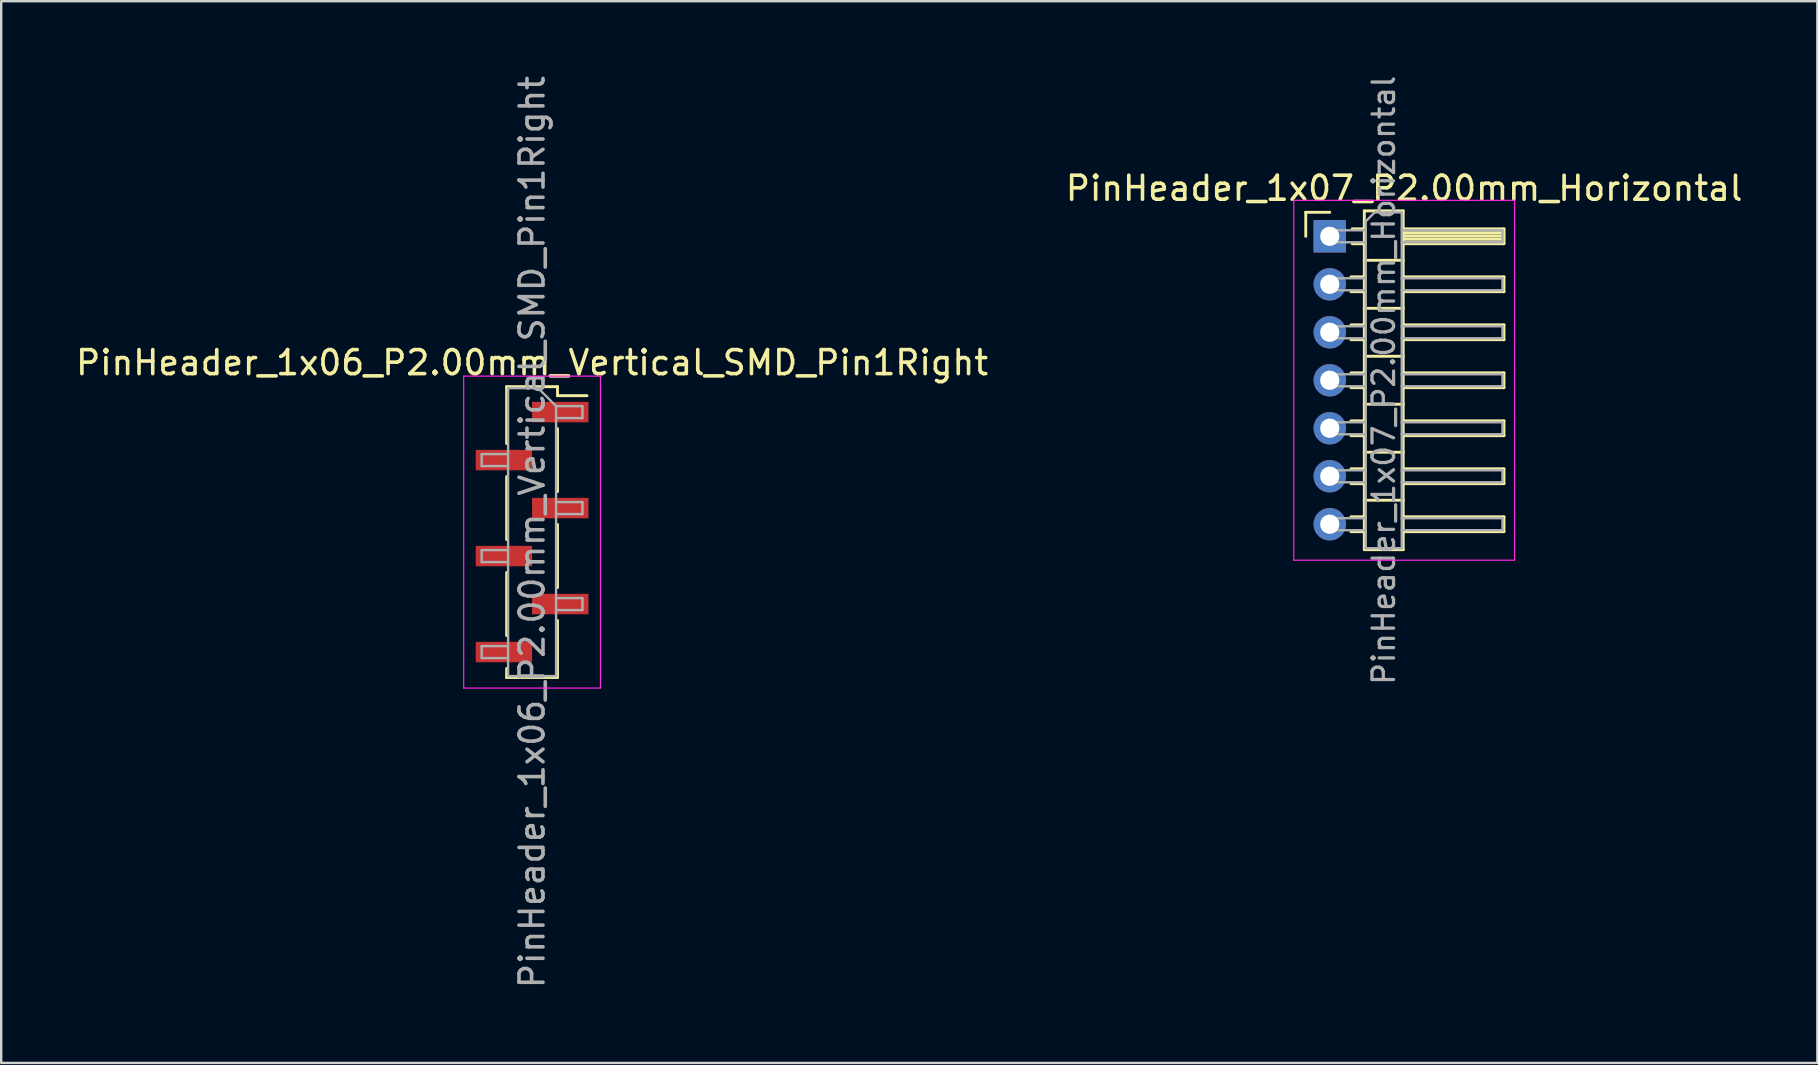
<source format=kicad_pcb>
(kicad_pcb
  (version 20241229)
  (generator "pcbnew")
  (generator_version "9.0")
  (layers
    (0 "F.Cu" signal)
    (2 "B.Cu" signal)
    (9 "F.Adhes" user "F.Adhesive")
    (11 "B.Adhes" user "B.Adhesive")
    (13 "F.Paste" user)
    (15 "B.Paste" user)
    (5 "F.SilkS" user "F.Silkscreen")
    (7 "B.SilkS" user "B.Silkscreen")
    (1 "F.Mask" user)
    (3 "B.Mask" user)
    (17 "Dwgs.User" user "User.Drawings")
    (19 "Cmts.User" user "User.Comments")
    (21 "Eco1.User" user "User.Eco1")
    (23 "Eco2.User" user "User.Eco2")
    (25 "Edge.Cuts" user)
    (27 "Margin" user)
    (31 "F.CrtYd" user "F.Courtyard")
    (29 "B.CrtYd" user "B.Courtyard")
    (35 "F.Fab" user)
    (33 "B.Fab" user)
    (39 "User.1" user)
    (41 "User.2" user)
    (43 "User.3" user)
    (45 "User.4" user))
  (footprint "PinHeader_1x07_P2.00mm_Horizontal"
    (layer "F.Cu")
    (at 52.37 6.798)
    (property "Reference" "PinHeader_1x07_P2.00mm_Horizontal" (at 3.1 -2 0) (layer "F.SilkS") (effects (font (size 1 1) (thickness 0.15))))
    (attr through_hole)
    (fp_line (start -1 -1) (end 0 -1) (stroke (width 0.12) (type solid)) (layer "F.SilkS"))
    (fp_line (start -1 0) (end -1 -1) (stroke (width 0.12) (type solid)) (layer "F.SilkS"))
    (fp_line (start 0.882 1.69) (end 1.44 1.69) (stroke (width 0.12) (type solid)) (layer "F.SilkS"))
    (fp_line (start 0.882 2.31) (end 1.44 2.31) (stroke (width 0.12) (type solid)) (layer "F.SilkS"))
    (fp_line (start 0.882 3.69) (end 1.44 3.69) (stroke (width 0.12) (type solid)) (layer "F.SilkS"))
    (fp_line (start 0.882 4.31) (end 1.44 4.31) (stroke (width 0.12) (type solid)) (layer "F.SilkS"))
    (fp_line (start 0.882 5.69) (end 1.44 5.69) (stroke (width 0.12) (type solid)) (layer "F.SilkS"))
    (fp_line (start 0.882 6.31) (end 1.44 6.31) (stroke (width 0.12) (type solid)) (layer "F.SilkS"))
    (fp_line (start 0.882 7.69) (end 1.44 7.69) (stroke (width 0.12) (type solid)) (layer "F.SilkS"))
    (fp_line (start 0.882 8.31) (end 1.44 8.31) (stroke (width 0.12) (type solid)) (layer "F.SilkS"))
    (fp_line (start 0.882 9.69) (end 1.44 9.69) (stroke (width 0.12) (type solid)) (layer "F.SilkS"))
    (fp_line (start 0.882 10.31) (end 1.44 10.31) (stroke (width 0.12) (type solid)) (layer "F.SilkS"))
    (fp_line (start 0.882 11.69) (end 1.44 11.69) (stroke (width 0.12) (type solid)) (layer "F.SilkS"))
    (fp_line (start 0.882 12.31) (end 1.44 12.31) (stroke (width 0.12) (type solid)) (layer "F.SilkS"))
    (fp_line (start 0.935 -0.31) (end 1.44 -0.31) (stroke (width 0.12) (type solid)) (layer "F.SilkS"))
    (fp_line (start 0.935 0.31) (end 1.44 0.31) (stroke (width 0.12) (type solid)) (layer "F.SilkS"))
    (fp_line (start 1.44 -1.06) (end 1.44 13.06) (stroke (width 0.12) (type solid)) (layer "F.SilkS"))
    (fp_line (start 1.44 1) (end 3.06 1) (stroke (width 0.12) (type solid)) (layer "F.SilkS"))
    (fp_line (start 1.44 3) (end 3.06 3) (stroke (width 0.12) (type solid)) (layer "F.SilkS"))
    (fp_line (start 1.44 5) (end 3.06 5) (stroke (width 0.12) (type solid)) (layer "F.SilkS"))
    (fp_line (start 1.44 7) (end 3.06 7) (stroke (width 0.12) (type solid)) (layer "F.SilkS"))
    (fp_line (start 1.44 9) (end 3.06 9) (stroke (width 0.12) (type solid)) (layer "F.SilkS"))
    (fp_line (start 1.44 11) (end 3.06 11) (stroke (width 0.12) (type solid)) (layer "F.SilkS"))
    (fp_line (start 1.44 13.06) (end 3.06 13.06) (stroke (width 0.12) (type solid)) (layer "F.SilkS"))
    (fp_line (start 3.06 -1.06) (end 1.44 -1.06) (stroke (width 0.12) (type solid)) (layer "F.SilkS"))
    (fp_line (start 3.06 -0.31) (end 7.26 -0.31) (stroke (width 0.12) (type solid)) (layer "F.SilkS"))
    (fp_line (start 3.06 -0.25) (end 7.26 -0.25) (stroke (width 0.12) (type solid)) (layer "F.SilkS"))
    (fp_line (start 3.06 -0.13) (end 7.26 -0.13) (stroke (width 0.12) (type solid)) (layer "F.SilkS"))
    (fp_line (start 3.06 -0.01) (end 7.26 -0.01) (stroke (width 0.12) (type solid)) (layer "F.SilkS"))
    (fp_line (start 3.06 0.11) (end 7.26 0.11) (stroke (width 0.12) (type solid)) (layer "F.SilkS"))
    (fp_line (start 3.06 0.23) (end 7.26 0.23) (stroke (width 0.12) (type solid)) (layer "F.SilkS"))
    (fp_line (start 3.06 1.69) (end 7.26 1.69) (stroke (width 0.12) (type solid)) (layer "F.SilkS"))
    (fp_line (start 3.06 3.69) (end 7.26 3.69) (stroke (width 0.12) (type solid)) (layer "F.SilkS"))
    (fp_line (start 3.06 5.69) (end 7.26 5.69) (stroke (width 0.12) (type solid)) (layer "F.SilkS"))
    (fp_line (start 3.06 7.69) (end 7.26 7.69) (stroke (width 0.12) (type solid)) (layer "F.SilkS"))
    (fp_line (start 3.06 9.69) (end 7.26 9.69) (stroke (width 0.12) (type solid)) (layer "F.SilkS"))
    (fp_line (start 3.06 11.69) (end 7.26 11.69) (stroke (width 0.12) (type solid)) (layer "F.SilkS"))
    (fp_line (start 3.06 13.06) (end 3.06 -1.06) (stroke (width 0.12) (type solid)) (layer "F.SilkS"))
    (fp_line (start 7.26 -0.31) (end 7.26 0.31) (stroke (width 0.12) (type solid)) (layer "F.SilkS"))
    (fp_line (start 7.26 0.31) (end 3.06 0.31) (stroke (width 0.12) (type solid)) (layer "F.SilkS"))
    (fp_line (start 7.26 1.69) (end 7.26 2.31) (stroke (width 0.12) (type solid)) (layer "F.SilkS"))
    (fp_line (start 7.26 2.31) (end 3.06 2.31) (stroke (width 0.12) (type solid)) (layer "F.SilkS"))
    (fp_line (start 7.26 3.69) (end 7.26 4.31) (stroke (width 0.12) (type solid)) (layer "F.SilkS"))
    (fp_line (start 7.26 4.31) (end 3.06 4.31) (stroke (width 0.12) (type solid)) (layer "F.SilkS"))
    (fp_line (start 7.26 5.69) (end 7.26 6.31) (stroke (width 0.12) (type solid)) (layer "F.SilkS"))
    (fp_line (start 7.26 6.31) (end 3.06 6.31) (stroke (width 0.12) (type solid)) (layer "F.SilkS"))
    (fp_line (start 7.26 7.69) (end 7.26 8.31) (stroke (width 0.12) (type solid)) (layer "F.SilkS"))
    (fp_line (start 7.26 8.31) (end 3.06 8.31) (stroke (width 0.12) (type solid)) (layer "F.SilkS"))
    (fp_line (start 7.26 9.69) (end 7.26 10.31) (stroke (width 0.12) (type solid)) (layer "F.SilkS"))
    (fp_line (start 7.26 10.31) (end 3.06 10.31) (stroke (width 0.12) (type solid)) (layer "F.SilkS"))
    (fp_line (start 7.26 11.69) (end 7.26 12.31) (stroke (width 0.12) (type solid)) (layer "F.SilkS"))
    (fp_line (start 7.26 12.31) (end 3.06 12.31) (stroke (width 0.12) (type solid)) (layer "F.SilkS"))
    (fp_line (start -1.5 -1.5) (end -1.5 13.5) (stroke (width 0.05) (type solid)) (layer "F.CrtYd"))
    (fp_line (start -1.5 13.5) (end 7.7 13.5) (stroke (width 0.05) (type solid)) (layer "F.CrtYd"))
    (fp_line (start 7.7 -1.5) (end -1.5 -1.5) (stroke (width 0.05) (type solid)) (layer "F.CrtYd"))
    (fp_line (start 7.7 13.5) (end 7.7 -1.5) (stroke (width 0.05) (type solid)) (layer "F.CrtYd"))
    (fp_line (start -0.25 -0.25) (end -0.25 0.25) (stroke (width 0.1) (type solid)) (layer "F.Fab"))
    (fp_line (start -0.25 -0.25) (end 1.5 -0.25) (stroke (width 0.1) (type solid)) (layer "F.Fab"))
    (fp_line (start -0.25 0.25) (end 1.5 0.25) (stroke (width 0.1) (type solid)) (layer "F.Fab"))
    (fp_line (start -0.25 1.75) (end -0.25 2.25) (stroke (width 0.1) (type solid)) (layer "F.Fab"))
    (fp_line (start -0.25 1.75) (end 1.5 1.75) (stroke (width 0.1) (type solid)) (layer "F.Fab"))
    (fp_line (start -0.25 2.25) (end 1.5 2.25) (stroke (width 0.1) (type solid)) (layer "F.Fab"))
    (fp_line (start -0.25 3.75) (end -0.25 4.25) (stroke (width 0.1) (type solid)) (layer "F.Fab"))
    (fp_line (start -0.25 3.75) (end 1.5 3.75) (stroke (width 0.1) (type solid)) (layer "F.Fab"))
    (fp_line (start -0.25 4.25) (end 1.5 4.25) (stroke (width 0.1) (type solid)) (layer "F.Fab"))
    (fp_line (start -0.25 5.75) (end -0.25 6.25) (stroke (width 0.1) (type solid)) (layer "F.Fab"))
    (fp_line (start -0.25 5.75) (end 1.5 5.75) (stroke (width 0.1) (type solid)) (layer "F.Fab"))
    (fp_line (start -0.25 6.25) (end 1.5 6.25) (stroke (width 0.1) (type solid)) (layer "F.Fab"))
    (fp_line (start -0.25 7.75) (end -0.25 8.25) (stroke (width 0.1) (type solid)) (layer "F.Fab"))
    (fp_line (start -0.25 7.75) (end 1.5 7.75) (stroke (width 0.1) (type solid)) (layer "F.Fab"))
    (fp_line (start -0.25 8.25) (end 1.5 8.25) (stroke (width 0.1) (type solid)) (layer "F.Fab"))
    (fp_line (start -0.25 9.75) (end -0.25 10.25) (stroke (width 0.1) (type solid)) (layer "F.Fab"))
    (fp_line (start -0.25 9.75) (end 1.5 9.75) (stroke (width 0.1) (type solid)) (layer "F.Fab"))
    (fp_line (start -0.25 10.25) (end 1.5 10.25) (stroke (width 0.1) (type solid)) (layer "F.Fab"))
    (fp_line (start -0.25 11.75) (end -0.25 12.25) (stroke (width 0.1) (type solid)) (layer "F.Fab"))
    (fp_line (start -0.25 11.75) (end 1.5 11.75) (stroke (width 0.1) (type solid)) (layer "F.Fab"))
    (fp_line (start -0.25 12.25) (end 1.5 12.25) (stroke (width 0.1) (type solid)) (layer "F.Fab"))
    (fp_line (start 1.5 -0.625) (end 1.875 -1) (stroke (width 0.1) (type solid)) (layer "F.Fab"))
    (fp_line (start 1.5 13) (end 1.5 -0.625) (stroke (width 0.1) (type solid)) (layer "F.Fab"))
    (fp_line (start 1.875 -1) (end 3 -1) (stroke (width 0.1) (type solid)) (layer "F.Fab"))
    (fp_line (start 3 -1) (end 3 13) (stroke (width 0.1) (type solid)) (layer "F.Fab"))
    (fp_line (start 3 -0.25) (end 7.2 -0.25) (stroke (width 0.1) (type solid)) (layer "F.Fab"))
    (fp_line (start 3 0.25) (end 7.2 0.25) (stroke (width 0.1) (type solid)) (layer "F.Fab"))
    (fp_line (start 3 1.75) (end 7.2 1.75) (stroke (width 0.1) (type solid)) (layer "F.Fab"))
    (fp_line (start 3 2.25) (end 7.2 2.25) (stroke (width 0.1) (type solid)) (layer "F.Fab"))
    (fp_line (start 3 3.75) (end 7.2 3.75) (stroke (width 0.1) (type solid)) (layer "F.Fab"))
    (fp_line (start 3 4.25) (end 7.2 4.25) (stroke (width 0.1) (type solid)) (layer "F.Fab"))
    (fp_line (start 3 5.75) (end 7.2 5.75) (stroke (width 0.1) (type solid)) (layer "F.Fab"))
    (fp_line (start 3 6.25) (end 7.2 6.25) (stroke (width 0.1) (type solid)) (layer "F.Fab"))
    (fp_line (start 3 7.75) (end 7.2 7.75) (stroke (width 0.1) (type solid)) (layer "F.Fab"))
    (fp_line (start 3 8.25) (end 7.2 8.25) (stroke (width 0.1) (type solid)) (layer "F.Fab"))
    (fp_line (start 3 9.75) (end 7.2 9.75) (stroke (width 0.1) (type solid)) (layer "F.Fab"))
    (fp_line (start 3 10.25) (end 7.2 10.25) (stroke (width 0.1) (type solid)) (layer "F.Fab"))
    (fp_line (start 3 11.75) (end 7.2 11.75) (stroke (width 0.1) (type solid)) (layer "F.Fab"))
    (fp_line (start 3 12.25) (end 7.2 12.25) (stroke (width 0.1) (type solid)) (layer "F.Fab"))
    (fp_line (start 3 13) (end 1.5 13) (stroke (width 0.1) (type solid)) (layer "F.Fab"))
    (fp_line (start 7.2 -0.25) (end 7.2 0.25) (stroke (width 0.1) (type solid)) (layer "F.Fab"))
    (fp_line (start 7.2 1.75) (end 7.2 2.25) (stroke (width 0.1) (type solid)) (layer "F.Fab"))
    (fp_line (start 7.2 3.75) (end 7.2 4.25) (stroke (width 0.1) (type solid)) (layer "F.Fab"))
    (fp_line (start 7.2 5.75) (end 7.2 6.25) (stroke (width 0.1) (type solid)) (layer "F.Fab"))
    (fp_line (start 7.2 7.75) (end 7.2 8.25) (stroke (width 0.1) (type solid)) (layer "F.Fab"))
    (fp_line (start 7.2 9.75) (end 7.2 10.25) (stroke (width 0.1) (type solid)) (layer "F.Fab"))
    (fp_line (start 7.2 11.75) (end 7.2 12.25) (stroke (width 0.1) (type solid)) (layer "F.Fab"))
    (fp_text user "${REFERENCE}" (at 2.25 6 90) (layer "F.Fab") (effects (font (size 0.9 0.9) (thickness 0.135))))
    (pad "1" thru_hole rect (at 0 0) (size 1.35 1.35) (drill 0.8) (layers "*.Cu" "*.Mask"))
    (pad "2" thru_hole oval (at 0 2) (size 1.35 1.35) (drill 0.8) (layers "*.Cu" "*.Mask"))
    (pad "3" thru_hole oval (at 0 4) (size 1.35 1.35) (drill 0.8) (layers "*.Cu" "*.Mask"))
    (pad "4" thru_hole oval (at 0 6) (size 1.35 1.35) (drill 0.8) (layers "*.Cu" "*.Mask"))
    (pad "5" thru_hole oval (at 0 8) (size 1.35 1.35) (drill 0.8) (layers "*.Cu" "*.Mask"))
    (pad "6" thru_hole oval (at 0 10) (size 1.35 1.35) (drill 0.8) (layers "*.Cu" "*.Mask"))
    (pad "7" thru_hole oval (at 0 12) (size 1.35 1.35) (drill 0.8) (layers "*.Cu" "*.Mask")))
  (footprint "PinHeader_1x06_P2.00mm_Vertical_SMD_Pin1Right"
    (layer "F.Cu")
    (at 19.125 19.125)
    (property "Reference" "PinHeader_1x06_P2.00mm_Vertical_SMD_Pin1Right" (at 0 -7.06 0) (layer "F.SilkS") (effects (font (size 1 1) (thickness 0.15))))
    (attr smd)
    (fp_line (start -1.06 -6.06) (end -1.06 -3.685) (stroke (width 0.12) (type solid)) (layer "F.SilkS"))
    (fp_line (start -1.06 -6.06) (end 1.06 -6.06) (stroke (width 0.12) (type solid)) (layer "F.SilkS"))
    (fp_line (start -1.06 -2.315) (end -1.06 0.315) (stroke (width 0.12) (type solid)) (layer "F.SilkS"))
    (fp_line (start -1.06 1.685) (end -1.06 4.315) (stroke (width 0.12) (type solid)) (layer "F.SilkS"))
    (fp_line (start -1.06 5.685) (end -1.06 6.06) (stroke (width 0.12) (type solid)) (layer "F.SilkS"))
    (fp_line (start -1.06 6.06) (end 1.06 6.06) (stroke (width 0.12) (type solid)) (layer "F.SilkS"))
    (fp_line (start 1.06 -6.06) (end 1.06 -5.685) (stroke (width 0.12) (type solid)) (layer "F.SilkS"))
    (fp_line (start 1.06 -5.685) (end 2.29 -5.685) (stroke (width 0.12) (type solid)) (layer "F.SilkS"))
    (fp_line (start 1.06 -4.315) (end 1.06 -1.685) (stroke (width 0.12) (type solid)) (layer "F.SilkS"))
    (fp_line (start 1.06 -0.315) (end 1.06 2.315) (stroke (width 0.12) (type solid)) (layer "F.SilkS"))
    (fp_line (start 1.06 3.685) (end 1.06 6.06) (stroke (width 0.12) (type solid)) (layer "F.SilkS"))
    (fp_line (start -2.85 -6.5) (end -2.85 6.5) (stroke (width 0.05) (type solid)) (layer "F.CrtYd"))
    (fp_line (start -2.85 6.5) (end 2.85 6.5) (stroke (width 0.05) (type solid)) (layer "F.CrtYd"))
    (fp_line (start 2.85 -6.5) (end -2.85 -6.5) (stroke (width 0.05) (type solid)) (layer "F.CrtYd"))
    (fp_line (start 2.85 6.5) (end 2.85 -6.5) (stroke (width 0.05) (type solid)) (layer "F.CrtYd"))
    (fp_line (start -2.1 -3.25) (end -2.1 -2.75) (stroke (width 0.1) (type solid)) (layer "F.Fab"))
    (fp_line (start -2.1 -2.75) (end -1 -2.75) (stroke (width 0.1) (type solid)) (layer "F.Fab"))
    (fp_line (start -2.1 0.75) (end -2.1 1.25) (stroke (width 0.1) (type solid)) (layer "F.Fab"))
    (fp_line (start -2.1 1.25) (end -1 1.25) (stroke (width 0.1) (type solid)) (layer "F.Fab"))
    (fp_line (start -2.1 4.75) (end -2.1 5.25) (stroke (width 0.1) (type solid)) (layer "F.Fab"))
    (fp_line (start -2.1 5.25) (end -1 5.25) (stroke (width 0.1) (type solid)) (layer "F.Fab"))
    (fp_line (start -1 -6) (end -1 6) (stroke (width 0.1) (type solid)) (layer "F.Fab"))
    (fp_line (start -1 -6) (end 0.25 -6) (stroke (width 0.1) (type solid)) (layer "F.Fab"))
    (fp_line (start -1 -3.25) (end -2.1 -3.25) (stroke (width 0.1) (type solid)) (layer "F.Fab"))
    (fp_line (start -1 0.75) (end -2.1 0.75) (stroke (width 0.1) (type solid)) (layer "F.Fab"))
    (fp_line (start -1 4.75) (end -2.1 4.75) (stroke (width 0.1) (type solid)) (layer "F.Fab"))
    (fp_line (start 1 -5.25) (end 0.25 -6) (stroke (width 0.1) (type solid)) (layer "F.Fab"))
    (fp_line (start 1 -5.25) (end 2.1 -5.25) (stroke (width 0.1) (type solid)) (layer "F.Fab"))
    (fp_line (start 1 -1.25) (end 2.1 -1.25) (stroke (width 0.1) (type solid)) (layer "F.Fab"))
    (fp_line (start 1 2.75) (end 2.1 2.75) (stroke (width 0.1) (type solid)) (layer "F.Fab"))
    (fp_line (start 1 6) (end -1 6) (stroke (width 0.1) (type solid)) (layer "F.Fab"))
    (fp_line (start 1 6) (end 1 -5.25) (stroke (width 0.1) (type solid)) (layer "F.Fab"))
    (fp_line (start 2.1 -5.25) (end 2.1 -4.75) (stroke (width 0.1) (type solid)) (layer "F.Fab"))
    (fp_line (start 2.1 -4.75) (end 1 -4.75) (stroke (width 0.1) (type solid)) (layer "F.Fab"))
    (fp_line (start 2.1 -1.25) (end 2.1 -0.75) (stroke (width 0.1) (type solid)) (layer "F.Fab"))
    (fp_line (start 2.1 -0.75) (end 1 -0.75) (stroke (width 0.1) (type solid)) (layer "F.Fab"))
    (fp_line (start 2.1 2.75) (end 2.1 3.25) (stroke (width 0.1) (type solid)) (layer "F.Fab"))
    (fp_line (start 2.1 3.25) (end 1 3.25) (stroke (width 0.1) (type solid)) (layer "F.Fab"))
    (fp_text user "${REFERENCE}" (at 0 0 90) (layer "F.Fab") (effects (font (size 1 1) (thickness 0.15))))
    (pad "1" smd rect (at 1.175 -5) (size 2.35 0.85) (layers "F.Cu" "F.Mask" "F.Paste"))
    (pad "2" smd rect (at -1.175 -3) (size 2.35 0.85) (layers "F.Cu" "F.Mask" "F.Paste"))
    (pad "3" smd rect (at 1.175 -1) (size 2.35 0.85) (layers "F.Cu" "F.Mask" "F.Paste"))
    (pad "4" smd rect (at -1.175 1) (size 2.35 0.85) (layers "F.Cu" "F.Mask" "F.Paste"))
    (pad "5" smd rect (at 1.175 3) (size 2.35 0.85) (layers "F.Cu" "F.Mask" "F.Paste"))
    (pad "6" smd rect (at -1.175 5) (size 2.35 0.85) (layers "F.Cu" "F.Mask" "F.Paste")))
  (gr_rect
    (start -3 -3)
    (end 72.69 41.25)
    (stroke (width 0.1) (type default))
    (fill no)
    (layer "Edge.Cuts")))
</source>
